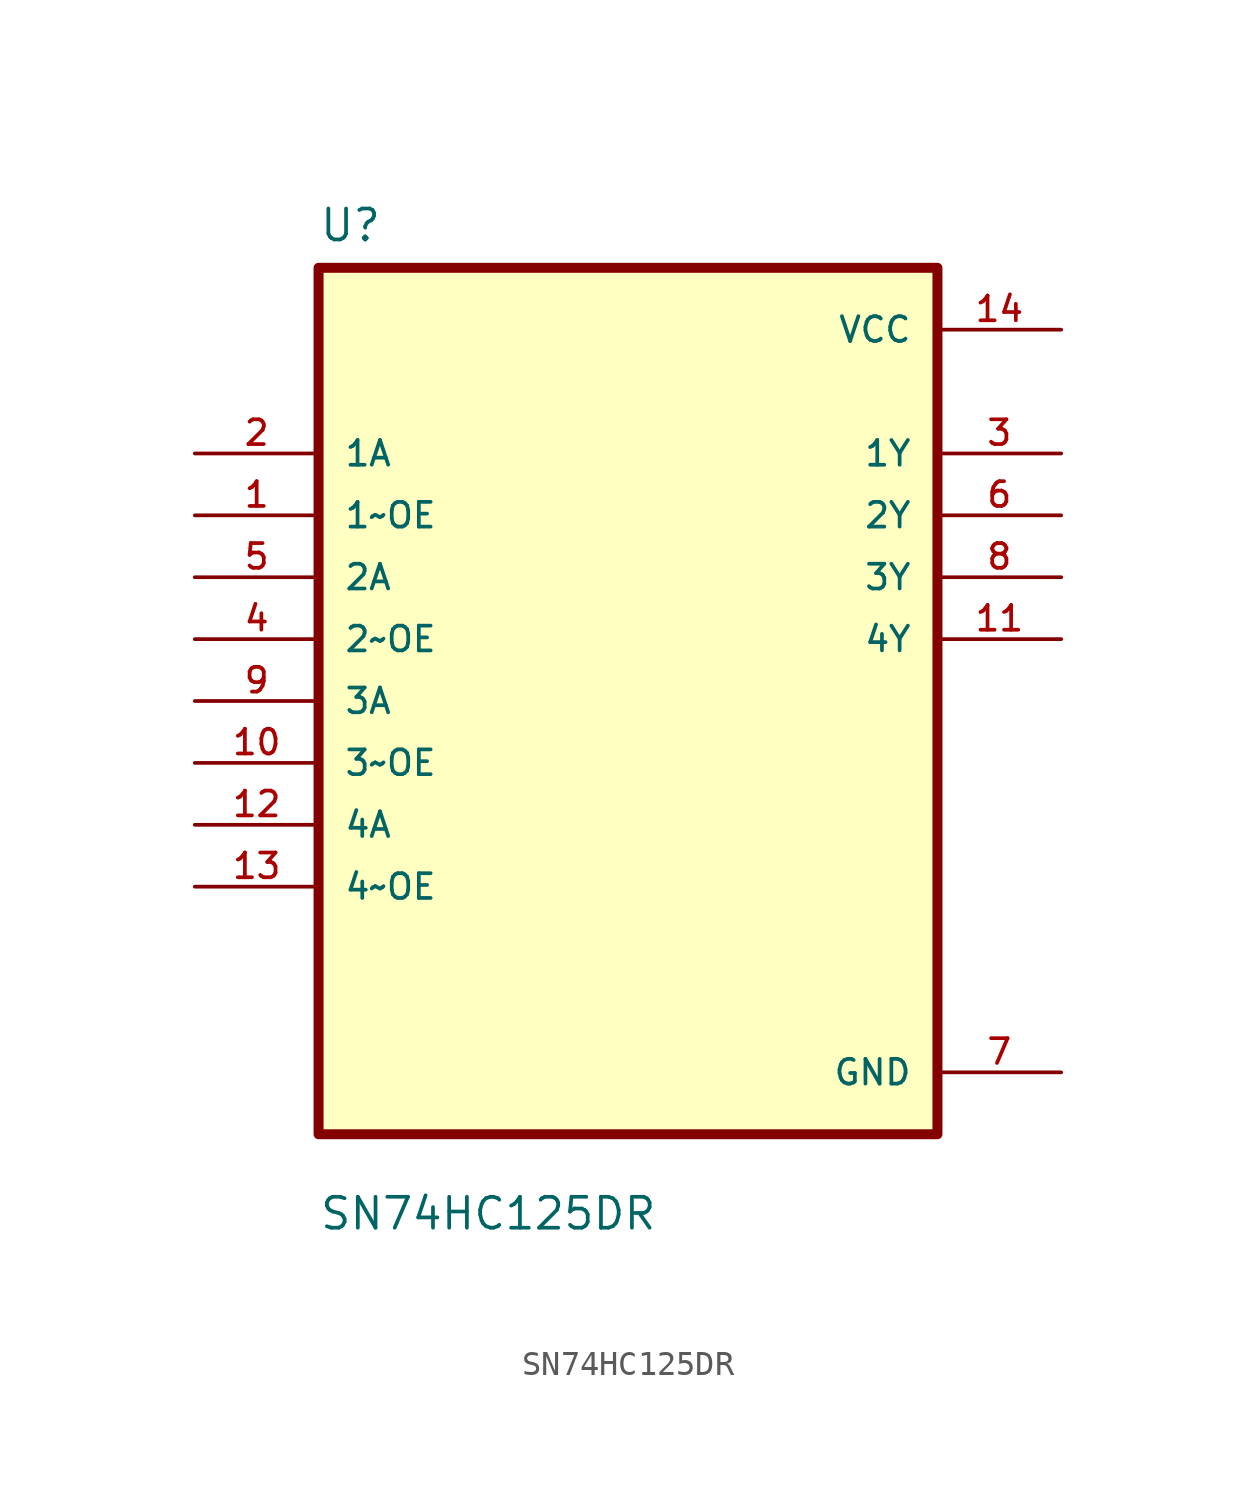
<source format=kicad_sym>
(kicad_symbol_lib
  (version 20211014)
  (generator kicad_symbol_editor)
  (symbol "SN74HC125DR"
    (pin_names
      (offset 1.016))
    (property "Reference" "U"
      (at -12.7 18.78 0.0)
      (effects (font (size 1.27 1.27)) (justify bottom left)))
    (property "Value" "SN74HC125DR"
      (at -12.7 -21.78 0.0)
      (effects (font (size 1.27 1.27)) (justify bottom left)))
    (symbol "SN74HC125DR_0_0"
      (rectangle (start -12.7 -17.78) (end 12.7 17.78) (stroke (width 0.41)) (fill (type background)))
      (pin input line (at -17.78 10.16 0) (length 5.08) (name "1A" (effects (font (size 1.016 1.016)))) (number "2" (effects (font (size 1.016 1.016)))))
      (pin input line (at -17.78 7.62 0) (length 5.08) (name "1~OE" (effects (font (size 1.016 1.016)))) (number "1" (effects (font (size 1.016 1.016)))))
      (pin input line (at -17.78 5.08 0) (length 5.08) (name "2A" (effects (font (size 1.016 1.016)))) (number "5" (effects (font (size 1.016 1.016)))))
      (pin input line (at -17.78 2.54 0) (length 5.08) (name "2~OE" (effects (font (size 1.016 1.016)))) (number "4" (effects (font (size 1.016 1.016)))))
      (pin input line (at -17.78 0.0 0) (length 5.08) (name "3A" (effects (font (size 1.016 1.016)))) (number "9" (effects (font (size 1.016 1.016)))))
      (pin input line (at -17.78 -2.54 0) (length 5.08) (name "3~OE" (effects (font (size 1.016 1.016)))) (number "10" (effects (font (size 1.016 1.016)))))
      (pin input line (at -17.78 -5.08 0) (length 5.08) (name "4A" (effects (font (size 1.016 1.016)))) (number "12" (effects (font (size 1.016 1.016)))))
      (pin input line (at -17.78 -7.62 0) (length 5.08) (name "4~OE" (effects (font (size 1.016 1.016)))) (number "13" (effects (font (size 1.016 1.016)))))
      (pin power_in line (at 17.78 15.24 180.0) (length 5.08) (name "VCC" (effects (font (size 1.016 1.016)))) (number "14" (effects (font (size 1.016 1.016)))))
      (pin output line (at 17.78 10.16 180.0) (length 5.08) (name "1Y" (effects (font (size 1.016 1.016)))) (number "3" (effects (font (size 1.016 1.016)))))
      (pin output line (at 17.78 7.62 180.0) (length 5.08) (name "2Y" (effects (font (size 1.016 1.016)))) (number "6" (effects (font (size 1.016 1.016)))))
      (pin output line (at 17.78 5.08 180.0) (length 5.08) (name "3Y" (effects (font (size 1.016 1.016)))) (number "8" (effects (font (size 1.016 1.016)))))
      (pin output line (at 17.78 2.54 180.0) (length 5.08) (name "4Y" (effects (font (size 1.016 1.016)))) (number "11" (effects (font (size 1.016 1.016)))))
      (pin power_in line (at 17.78 -15.24 180.0) (length 5.08) (name "GND" (effects (font (size 1.016 1.016)))) (number "7" (effects (font (size 1.016 1.016))))))))
</source>
